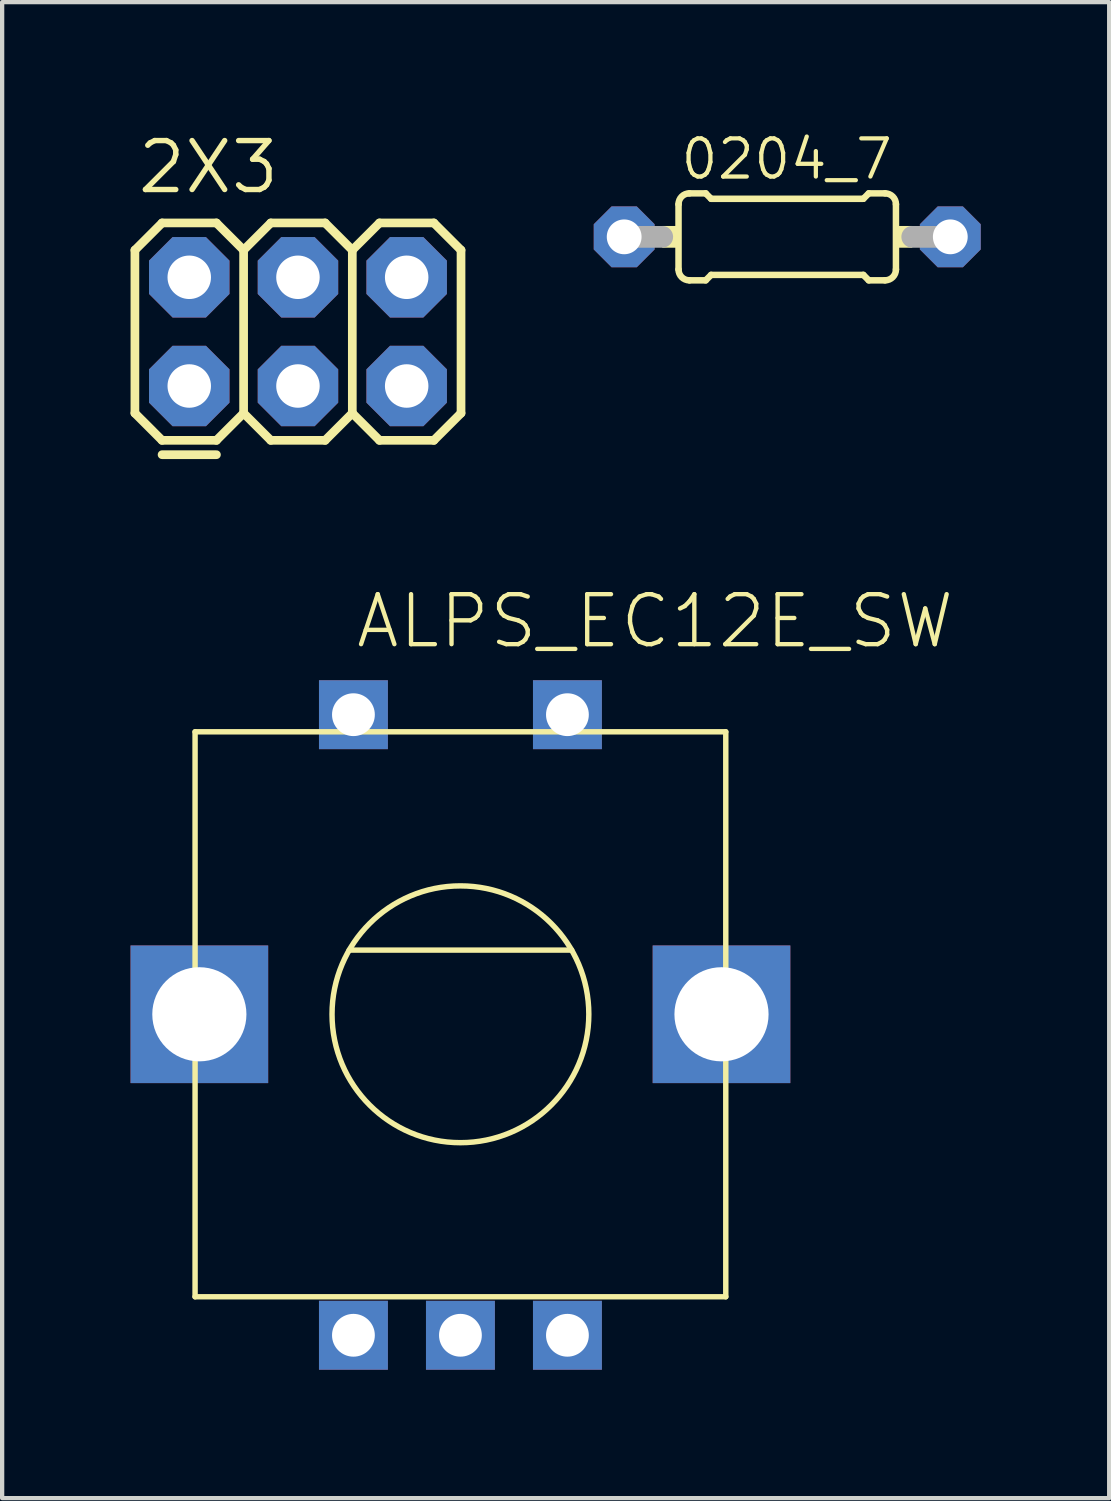
<source format=kicad_pcb>
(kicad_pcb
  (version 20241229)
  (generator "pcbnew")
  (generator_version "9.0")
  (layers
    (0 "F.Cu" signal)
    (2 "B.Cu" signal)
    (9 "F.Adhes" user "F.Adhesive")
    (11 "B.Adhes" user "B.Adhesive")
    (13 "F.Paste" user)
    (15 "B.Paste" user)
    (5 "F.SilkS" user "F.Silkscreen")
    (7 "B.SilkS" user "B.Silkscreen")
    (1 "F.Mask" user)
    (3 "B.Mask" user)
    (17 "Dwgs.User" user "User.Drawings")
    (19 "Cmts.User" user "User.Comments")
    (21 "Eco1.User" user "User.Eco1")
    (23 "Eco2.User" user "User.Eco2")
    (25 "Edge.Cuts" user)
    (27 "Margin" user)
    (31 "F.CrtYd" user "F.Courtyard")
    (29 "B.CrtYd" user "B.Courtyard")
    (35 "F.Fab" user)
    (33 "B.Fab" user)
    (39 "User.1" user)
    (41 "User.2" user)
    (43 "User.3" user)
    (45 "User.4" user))
  (footprint "0204_7"
    (layer "F.Cu")
    (at 15.344 2.484)
    (property "Reference" "0204_7" (at -2.54 -1.295 0) (layer "F.SilkS") (effects (font (size 0.892 0.892) (thickness 0.099)) (justify left bottom)))
    (fp_line (start -2.54 0.762) (end -2.54 -0.762) (stroke (width 0.152) (type solid)) (layer "F.SilkS"))
    (fp_line (start -2.286 -1.016) (end -1.905 -1.016) (stroke (width 0.152) (type solid)) (layer "F.SilkS"))
    (fp_line (start -2.286 1.016) (end -1.905 1.016) (stroke (width 0.152) (type solid)) (layer "F.SilkS"))
    (fp_line (start -1.778 -0.889) (end -1.905 -1.016) (stroke (width 0.152) (type solid)) (layer "F.SilkS"))
    (fp_line (start -1.778 0.889) (end -1.905 1.016) (stroke (width 0.152) (type solid)) (layer "F.SilkS"))
    (fp_line (start 1.778 -0.889) (end -1.778 -0.889) (stroke (width 0.152) (type solid)) (layer "F.SilkS"))
    (fp_line (start 1.778 -0.889) (end 1.905 -1.016) (stroke (width 0.152) (type solid)) (layer "F.SilkS"))
    (fp_line (start 1.778 0.889) (end -1.778 0.889) (stroke (width 0.152) (type solid)) (layer "F.SilkS"))
    (fp_line (start 1.778 0.889) (end 1.905 1.016) (stroke (width 0.152) (type solid)) (layer "F.SilkS"))
    (fp_line (start 2.286 -1.016) (end 1.905 -1.016) (stroke (width 0.152) (type solid)) (layer "F.SilkS"))
    (fp_line (start 2.286 1.016) (end 1.905 1.016) (stroke (width 0.152) (type solid)) (layer "F.SilkS"))
    (fp_line (start 2.54 0.762) (end 2.54 -0.762) (stroke (width 0.152) (type solid)) (layer "F.SilkS"))
    (fp_arc (start -2.54 -0.762) (mid -2.465605 -0.941605) (end -2.286 -1.016) (stroke (width 0.1524) (type solid)) (layer "F.SilkS"))
    (fp_arc (start -2.286 1.016) (mid -2.465605 0.941605) (end -2.54 0.762) (stroke (width 0.1524) (type solid)) (layer "F.SilkS"))
    (fp_arc (start 2.286 -1.016) (mid 2.465605 -0.941605) (end 2.54 -0.762) (stroke (width 0.1524) (type solid)) (layer "F.SilkS"))
    (fp_arc (start 2.54 0.762) (mid 2.465605 0.941605) (end 2.286 1.016) (stroke (width 0.1524) (type solid)) (layer "F.SilkS"))
    (fp_poly (pts (xy -2.921 0.254) (xy -2.54 0.254) (xy -2.54 -0.254) (xy -2.921 -0.254)) (stroke (width 0) (type default)) (fill yes) (layer "F.SilkS"))
    (fp_poly (pts (xy 2.54 0.254) (xy 2.921 0.254) (xy 2.921 -0.254) (xy 2.54 -0.254)) (stroke (width 0) (type default)) (fill yes) (layer "F.SilkS"))
    (fp_line (start -3.81 0) (end -2.921 0) (stroke (width 0.508) (type solid)) (layer "F.Fab"))
    (fp_line (start 3.81 0) (end 2.921 0) (stroke (width 0.508) (type solid)) (layer "F.Fab"))
    (pad "1" thru_hole roundrect (at -3.81 0) (size 1.422 1.422) (drill 0.813) (layers "*.Cu" "*.Mask") (roundrect_rratio 0.25) (chamfer_ratio 0.293) (chamfer top_left top_right bottom_left bottom_right))
    (pad "2" thru_hole roundrect (at 3.81 0) (size 1.422 1.422) (drill 0.813) (layers "*.Cu" "*.Mask") (roundrect_rratio 0.25) (chamfer_ratio 0.293) (chamfer top_left top_right bottom_left bottom_right)))
  (footprint "2X3"
    (layer "F.Cu")
    (at 1.372 5.969)
    (property "Reference" "2X3" (at -1.27 -4.445 0) (layer "F.SilkS") (effects (font (size 1.143 1.143) (thickness 0.127)) (justify left bottom)))
    (fp_line (start -1.27 -3.175) (end -0.635 -3.81) (stroke (width 0.203) (type solid)) (layer "F.SilkS"))
    (fp_line (start -1.27 0.635) (end -1.27 -3.175) (stroke (width 0.203) (type solid)) (layer "F.SilkS"))
    (fp_line (start -1.27 0.635) (end -0.635 1.27) (stroke (width 0.203) (type solid)) (layer "F.SilkS"))
    (fp_line (start -0.635 -3.81) (end 0.635 -3.81) (stroke (width 0.203) (type solid)) (layer "F.SilkS"))
    (fp_line (start -0.635 1.27) (end 0.635 1.27) (stroke (width 0.203) (type solid)) (layer "F.SilkS"))
    (fp_line (start 0.635 -3.81) (end 1.27 -3.175) (stroke (width 0.203) (type solid)) (layer "F.SilkS"))
    (fp_line (start 0.635 1.27) (end 1.27 0.635) (stroke (width 0.203) (type solid)) (layer "F.SilkS"))
    (fp_line (start 0.635 1.605) (end -0.635 1.605) (stroke (width 0.203) (type solid)) (layer "F.SilkS"))
    (fp_line (start 1.27 -3.175) (end 1.27 0.635) (stroke (width 0.203) (type solid)) (layer "F.SilkS"))
    (fp_line (start 1.27 -3.175) (end 1.905 -3.81) (stroke (width 0.203) (type solid)) (layer "F.SilkS"))
    (fp_line (start 1.27 0.635) (end 1.905 1.27) (stroke (width 0.203) (type solid)) (layer "F.SilkS"))
    (fp_line (start 1.905 -3.81) (end 3.175 -3.81) (stroke (width 0.203) (type solid)) (layer "F.SilkS"))
    (fp_line (start 1.905 1.27) (end 3.175 1.27) (stroke (width 0.203) (type solid)) (layer "F.SilkS"))
    (fp_line (start 3.175 -3.81) (end 3.81 -3.175) (stroke (width 0.203) (type solid)) (layer "F.SilkS"))
    (fp_line (start 3.175 1.27) (end 3.81 0.635) (stroke (width 0.203) (type solid)) (layer "F.SilkS"))
    (fp_line (start 3.81 -3.175) (end 3.81 0.635) (stroke (width 0.203) (type solid)) (layer "F.SilkS"))
    (fp_line (start 3.81 -3.175) (end 4.445 -3.81) (stroke (width 0.203) (type solid)) (layer "F.SilkS"))
    (fp_line (start 3.81 0.635) (end 4.445 1.27) (stroke (width 0.203) (type solid)) (layer "F.SilkS"))
    (fp_line (start 4.445 -3.81) (end 5.715 -3.81) (stroke (width 0.203) (type solid)) (layer "F.SilkS"))
    (fp_line (start 4.445 1.27) (end 5.715 1.27) (stroke (width 0.203) (type solid)) (layer "F.SilkS"))
    (fp_line (start 5.715 -3.81) (end 6.35 -3.175) (stroke (width 0.203) (type solid)) (layer "F.SilkS"))
    (fp_line (start 5.715 1.27) (end 6.35 0.635) (stroke (width 0.203) (type solid)) (layer "F.SilkS"))
    (fp_line (start 6.35 -3.175) (end 6.35 0.635) (stroke (width 0.203) (type solid)) (layer "F.SilkS"))
    (fp_poly (pts (xy -0.254 -2.286) (xy 0.254 -2.286) (xy 0.254 -2.794) (xy -0.254 -2.794)) (stroke (width 0.1) (type default)) (fill no) (layer "F.Fab"))
    (fp_poly (pts (xy -0.254 0.254) (xy 0.254 0.254) (xy 0.254 -0.254) (xy -0.254 -0.254)) (stroke (width 0.1) (type default)) (fill no) (layer "F.Fab"))
    (fp_poly (pts (xy 2.286 -2.286) (xy 2.794 -2.286) (xy 2.794 -2.794) (xy 2.286 -2.794)) (stroke (width 0.1) (type default)) (fill no) (layer "F.Fab"))
    (fp_poly (pts (xy 2.286 0.254) (xy 2.794 0.254) (xy 2.794 -0.254) (xy 2.286 -0.254)) (stroke (width 0.1) (type default)) (fill no) (layer "F.Fab"))
    (fp_poly (pts (xy 4.826 -2.286) (xy 5.334 -2.286) (xy 5.334 -2.794) (xy 4.826 -2.794)) (stroke (width 0.1) (type default)) (fill no) (layer "F.Fab"))
    (fp_poly (pts (xy 4.826 0.254) (xy 5.334 0.254) (xy 5.334 -0.254) (xy 4.826 -0.254)) (stroke (width 0.1) (type default)) (fill no) (layer "F.Fab"))
    (pad "1" thru_hole roundrect (at 0 0) (size 1.88 1.88) (drill 1.016) (layers "*.Cu" "*.Mask") (roundrect_rratio 0.25) (chamfer_ratio 0.293) (chamfer top_left top_right bottom_left bottom_right))
    (pad "2" thru_hole roundrect (at 0 -2.54) (size 1.88 1.88) (drill 1.016) (layers "*.Cu" "*.Mask") (roundrect_rratio 0.25) (chamfer_ratio 0.293) (chamfer top_left top_right bottom_left bottom_right))
    (pad "3" thru_hole roundrect (at 2.54 0) (size 1.88 1.88) (drill 1.016) (layers "*.Cu" "*.Mask") (roundrect_rratio 0.25) (chamfer_ratio 0.293) (chamfer top_left top_right bottom_left bottom_right))
    (pad "4" thru_hole roundrect (at 2.54 -2.54) (size 1.88 1.88) (drill 1.016) (layers "*.Cu" "*.Mask") (roundrect_rratio 0.25) (chamfer_ratio 0.293) (chamfer top_left top_right bottom_left bottom_right))
    (pad "5" thru_hole roundrect (at 5.08 0) (size 1.88 1.88) (drill 1.016) (layers "*.Cu" "*.Mask") (roundrect_rratio 0.25) (chamfer_ratio 0.293) (chamfer top_left top_right bottom_left bottom_right))
    (pad "6" thru_hole roundrect (at 5.08 -2.54) (size 1.88 1.88) (drill 1.016) (layers "*.Cu" "*.Mask") (roundrect_rratio 0.25) (chamfer_ratio 0.293) (chamfer top_left top_right bottom_left bottom_right)))
  (footprint "ALPS_EC12E_SW"
    (layer "F.Cu")
    (at 7.708 20.649)
    (property "Reference" "ALPS_EC12E_SW" (at -2.5 -8.5 0) (layer "F.SilkS") (effects (font (size 1.168 1.168) (thickness 0.102)) (justify left bottom)))
    (fp_line (start -6.2 -6.6) (end -6.2 6.6) (stroke (width 0.127) (type solid)) (layer "F.SilkS"))
    (fp_line (start -6.2 6.6) (end 6.2 6.6) (stroke (width 0.127) (type solid)) (layer "F.SilkS"))
    (fp_line (start -2.6 -1.5) (end 2.6 -1.5) (stroke (width 0.127) (type solid)) (layer "F.SilkS"))
    (fp_line (start 6.2 -6.6) (end -6.2 -6.6) (stroke (width 0.127) (type solid)) (layer "F.SilkS"))
    (fp_line (start 6.2 6.6) (end 6.2 -6.6) (stroke (width 0.127) (type solid)) (layer "F.SilkS"))
    (fp_circle (center 0 0) (end 3 0) (stroke (width 0.127) (type solid)) (fill no) (layer "F.SilkS"))
    (pad "A" thru_hole rect (at -2.5 7.5) (size 1.61 1.61) (drill 1) (layers "*.Cu" "*.Mask"))
    (pad "B" thru_hole rect (at 2.5 7.5) (size 1.61 1.61) (drill 1) (layers "*.Cu" "*.Mask"))
    (pad "C" thru_hole rect (at 0 7.5) (size 1.61 1.61) (drill 1) (layers "*.Cu" "*.Mask"))
    (pad "D" thru_hole rect (at -2.5 -7) (size 1.61 1.61) (drill 1) (layers "*.Cu" "*.Mask"))
    (pad "E" thru_hole rect (at 2.5 -7) (size 1.61 1.61) (drill 1) (layers "*.Cu" "*.Mask"))
    (pad "GND1" thru_hole rect (at -6.1 0) (size 3.216 3.216) (drill 2.2) (layers "*.Cu" "*.Mask"))
    (pad "GND2" thru_hole rect (at 6.1 0) (size 3.216 3.216) (drill 2.2) (layers "*.Cu" "*.Mask")))
  (gr_rect
    (start -3 -3)
    (end 22.866 31.954)
    (stroke (width 0.1) (type default))
    (fill no)
    (layer "Edge.Cuts")))
</source>
